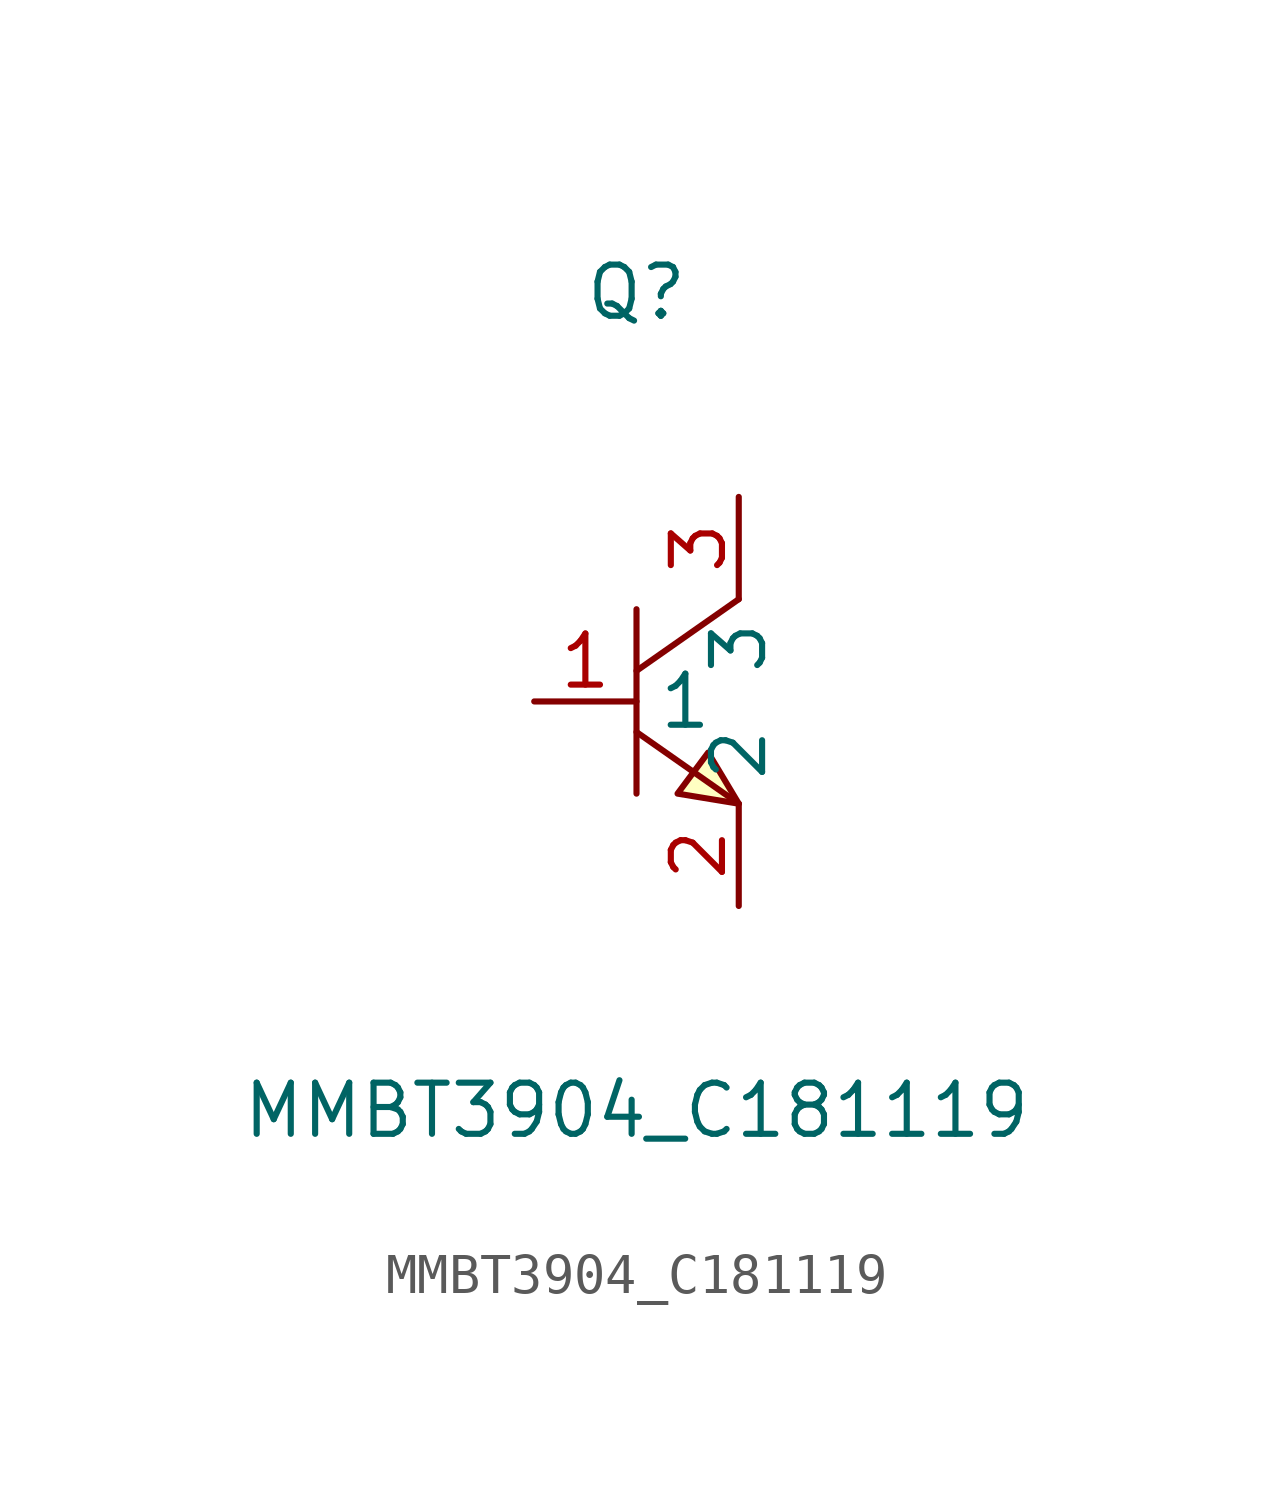
<source format=kicad_sym>
(kicad_symbol_lib
  (version 20211014)
  (generator https://github.com/uPesy/easyeda2kicad.py)
  (symbol "MMBT3904_C181119"
    (property "Reference" "Q"
      (at 0 10.16 0)
      (effects (font (size 1.27 1.27))))
    (property "Value" "MMBT3904_C181119"
      (at 0 -10.16 0)
      (effects (font (size 1.27 1.27))))
    (symbol "MMBT3904_C181119_0_1"
      (polyline (pts (xy 2.54 2.54) (xy 0.00 0.76)) (stroke (width 0) (type default) (color 0 0 0 0)) (fill (type none)))
      (polyline (pts (xy 0.00 -0.76) (xy 2.54 -2.54)) (stroke (width 0) (type default) (color 0 0 0 0)) (fill (type none)))
      (polyline (pts (xy 0.00 2.29) (xy 0.00 -2.29)) (stroke (width 0) (type default) (color 0 0 0 0)) (fill (type none)))
      (polyline (pts (xy 2.54 -2.54) (xy 1.78 -1.27) (xy 1.02 -2.29) (xy 2.54 -2.54)) (stroke (width 0) (type default) (color 0 0 0 0)) (fill (type background)))
      (pin input line (at -2.54 -0.00 0) (length 2.54) (name "1" (effects (font (size 1.27 1.27)))) (number "1" (effects (font (size 1.27 1.27)))))
      (pin input line (at 2.54 5.08 270) (length 2.54) (name "3" (effects (font (size 1.27 1.27)))) (number "3" (effects (font (size 1.27 1.27)))))
      (pin input line (at 2.54 -5.08 90) (length 2.54) (name "2" (effects (font (size 1.27 1.27)))) (number "2" (effects (font (size 1.27 1.27))))))))
</source>
